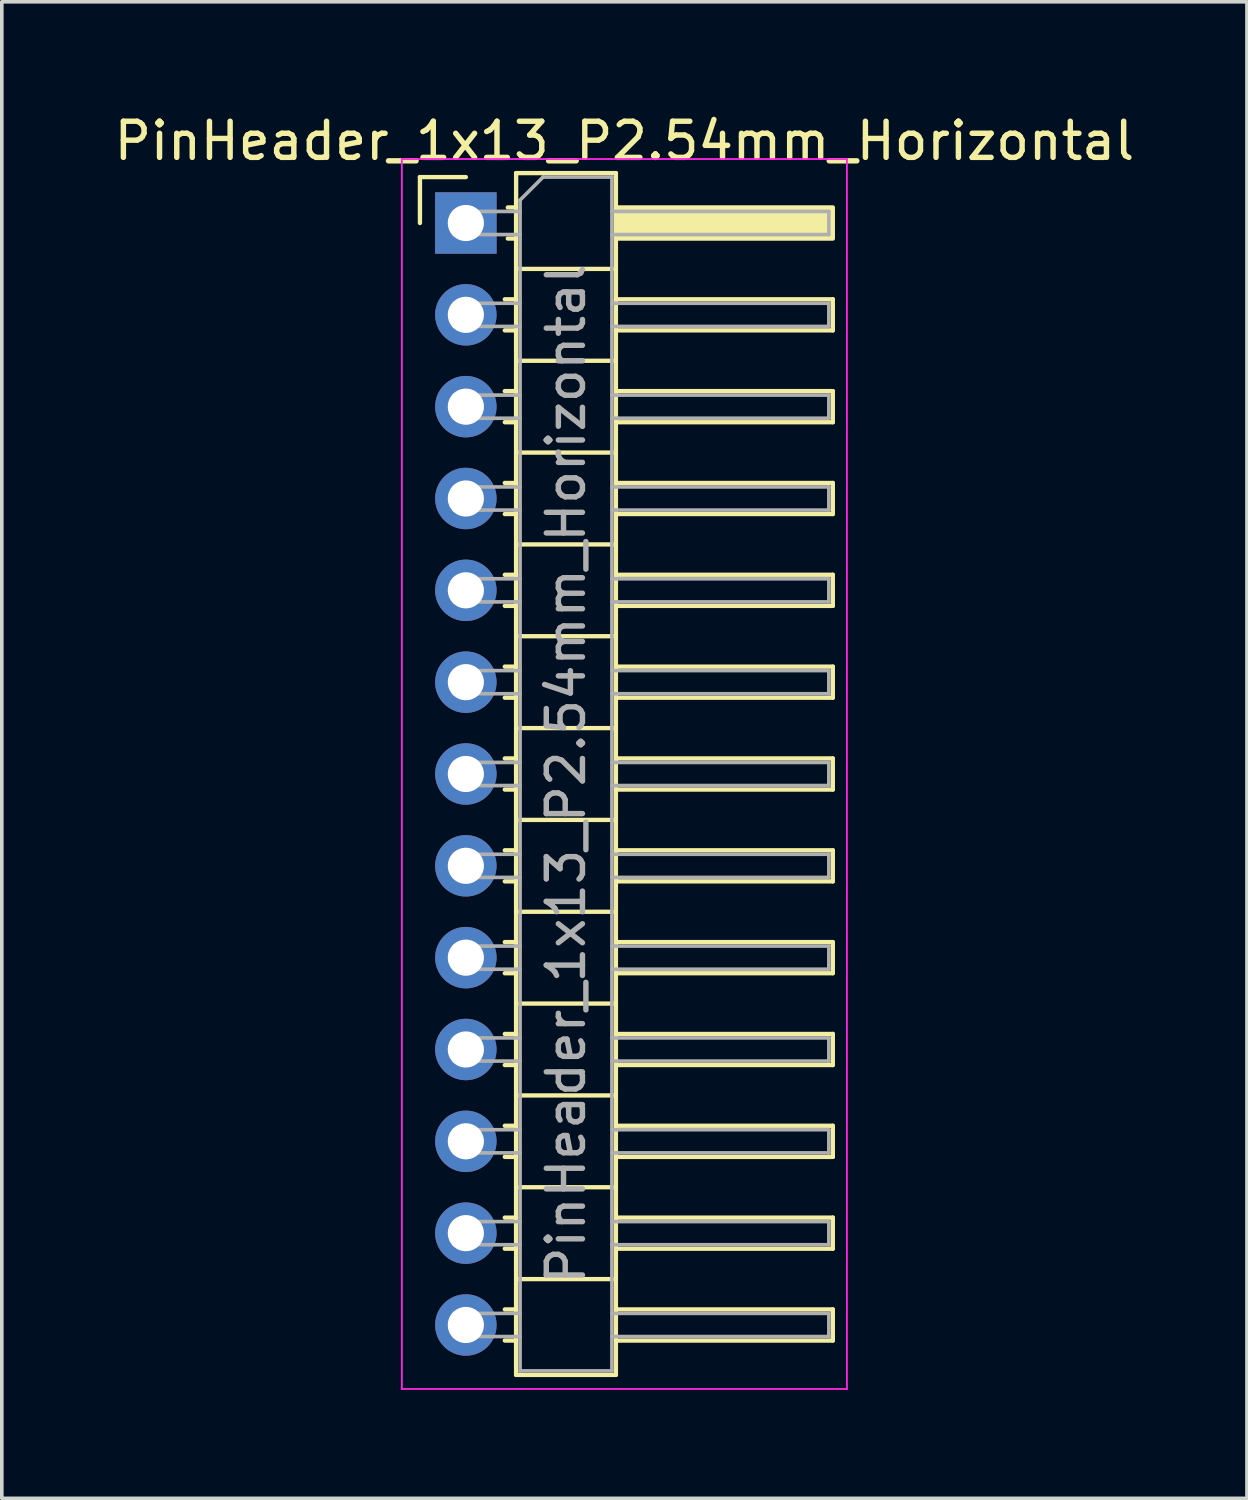
<source format=kicad_pcb>
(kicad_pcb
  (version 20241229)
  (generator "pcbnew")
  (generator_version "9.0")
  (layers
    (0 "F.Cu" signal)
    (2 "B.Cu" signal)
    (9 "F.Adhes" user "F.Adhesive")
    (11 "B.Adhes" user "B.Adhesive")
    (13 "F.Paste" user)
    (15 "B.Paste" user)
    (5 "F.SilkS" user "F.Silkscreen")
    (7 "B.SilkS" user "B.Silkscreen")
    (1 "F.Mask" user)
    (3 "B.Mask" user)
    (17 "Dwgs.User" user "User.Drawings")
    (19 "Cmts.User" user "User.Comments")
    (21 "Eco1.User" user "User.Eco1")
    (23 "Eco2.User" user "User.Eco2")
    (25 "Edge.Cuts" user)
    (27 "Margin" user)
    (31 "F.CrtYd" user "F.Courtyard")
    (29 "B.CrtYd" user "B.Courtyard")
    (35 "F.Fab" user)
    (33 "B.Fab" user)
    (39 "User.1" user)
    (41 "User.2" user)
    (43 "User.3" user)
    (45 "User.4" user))
  (footprint "PinHeader_1x13_P2.54mm_Horizontal"
    (layer "F.Cu")
    (at 9.835 3.118)
    (property "Reference" "PinHeader_1x13_P2.54mm_Horizontal" (at 4.385 -2.27 0) (layer "F.SilkS") (effects (font (size 1 1) (thickness 0.15))))
    (attr through_hole)
    (fp_line (start -1.27 -1.27) (end 0 -1.27) (stroke (width 0.12) (type solid)) (layer "F.SilkS"))
    (fp_line (start -1.27 0) (end -1.27 -1.27) (stroke (width 0.12) (type solid)) (layer "F.SilkS"))
    (fp_line (start 1.077 2.11) (end 1.39 2.11) (stroke (width 0.12) (type solid)) (layer "F.SilkS"))
    (fp_line (start 1.077 2.97) (end 1.39 2.97) (stroke (width 0.12) (type solid)) (layer "F.SilkS"))
    (fp_line (start 1.077 4.65) (end 1.39 4.65) (stroke (width 0.12) (type solid)) (layer "F.SilkS"))
    (fp_line (start 1.077 5.51) (end 1.39 5.51) (stroke (width 0.12) (type solid)) (layer "F.SilkS"))
    (fp_line (start 1.077 7.19) (end 1.39 7.19) (stroke (width 0.12) (type solid)) (layer "F.SilkS"))
    (fp_line (start 1.077 8.05) (end 1.39 8.05) (stroke (width 0.12) (type solid)) (layer "F.SilkS"))
    (fp_line (start 1.077 9.73) (end 1.39 9.73) (stroke (width 0.12) (type solid)) (layer "F.SilkS"))
    (fp_line (start 1.077 10.59) (end 1.39 10.59) (stroke (width 0.12) (type solid)) (layer "F.SilkS"))
    (fp_line (start 1.077 12.27) (end 1.39 12.27) (stroke (width 0.12) (type solid)) (layer "F.SilkS"))
    (fp_line (start 1.077 13.13) (end 1.39 13.13) (stroke (width 0.12) (type solid)) (layer "F.SilkS"))
    (fp_line (start 1.077 14.81) (end 1.39 14.81) (stroke (width 0.12) (type solid)) (layer "F.SilkS"))
    (fp_line (start 1.077 15.67) (end 1.39 15.67) (stroke (width 0.12) (type solid)) (layer "F.SilkS"))
    (fp_line (start 1.077 17.35) (end 1.39 17.35) (stroke (width 0.12) (type solid)) (layer "F.SilkS"))
    (fp_line (start 1.077 18.21) (end 1.39 18.21) (stroke (width 0.12) (type solid)) (layer "F.SilkS"))
    (fp_line (start 1.077 19.89) (end 1.39 19.89) (stroke (width 0.12) (type solid)) (layer "F.SilkS"))
    (fp_line (start 1.077 20.75) (end 1.39 20.75) (stroke (width 0.12) (type solid)) (layer "F.SilkS"))
    (fp_line (start 1.077 22.43) (end 1.39 22.43) (stroke (width 0.12) (type solid)) (layer "F.SilkS"))
    (fp_line (start 1.077 23.29) (end 1.39 23.29) (stroke (width 0.12) (type solid)) (layer "F.SilkS"))
    (fp_line (start 1.077 24.97) (end 1.39 24.97) (stroke (width 0.12) (type solid)) (layer "F.SilkS"))
    (fp_line (start 1.077 25.83) (end 1.39 25.83) (stroke (width 0.12) (type solid)) (layer "F.SilkS"))
    (fp_line (start 1.077 27.51) (end 1.39 27.51) (stroke (width 0.12) (type solid)) (layer "F.SilkS"))
    (fp_line (start 1.077 28.37) (end 1.39 28.37) (stroke (width 0.12) (type solid)) (layer "F.SilkS"))
    (fp_line (start 1.077 30.05) (end 1.39 30.05) (stroke (width 0.12) (type solid)) (layer "F.SilkS"))
    (fp_line (start 1.077 30.91) (end 1.39 30.91) (stroke (width 0.12) (type solid)) (layer "F.SilkS"))
    (fp_line (start 1.16 -0.43) (end 1.39 -0.43) (stroke (width 0.12) (type solid)) (layer "F.SilkS"))
    (fp_line (start 1.16 0.43) (end 1.39 0.43) (stroke (width 0.12) (type solid)) (layer "F.SilkS"))
    (fp_line (start 1.39 -1.38) (end 1.39 31.86) (stroke (width 0.12) (type solid)) (layer "F.SilkS"))
    (fp_line (start 1.39 1.27) (end 4.15 1.27) (stroke (width 0.12) (type solid)) (layer "F.SilkS"))
    (fp_line (start 1.39 3.81) (end 4.15 3.81) (stroke (width 0.12) (type solid)) (layer "F.SilkS"))
    (fp_line (start 1.39 6.35) (end 4.15 6.35) (stroke (width 0.12) (type solid)) (layer "F.SilkS"))
    (fp_line (start 1.39 8.89) (end 4.15 8.89) (stroke (width 0.12) (type solid)) (layer "F.SilkS"))
    (fp_line (start 1.39 11.43) (end 4.15 11.43) (stroke (width 0.12) (type solid)) (layer "F.SilkS"))
    (fp_line (start 1.39 13.97) (end 4.15 13.97) (stroke (width 0.12) (type solid)) (layer "F.SilkS"))
    (fp_line (start 1.39 16.51) (end 4.15 16.51) (stroke (width 0.12) (type solid)) (layer "F.SilkS"))
    (fp_line (start 1.39 19.05) (end 4.15 19.05) (stroke (width 0.12) (type solid)) (layer "F.SilkS"))
    (fp_line (start 1.39 21.59) (end 4.15 21.59) (stroke (width 0.12) (type solid)) (layer "F.SilkS"))
    (fp_line (start 1.39 24.13) (end 4.15 24.13) (stroke (width 0.12) (type solid)) (layer "F.SilkS"))
    (fp_line (start 1.39 26.67) (end 4.15 26.67) (stroke (width 0.12) (type solid)) (layer "F.SilkS"))
    (fp_line (start 1.39 29.21) (end 4.15 29.21) (stroke (width 0.12) (type solid)) (layer "F.SilkS"))
    (fp_line (start 1.39 31.86) (end 4.15 31.86) (stroke (width 0.12) (type solid)) (layer "F.SilkS"))
    (fp_line (start 4.15 -1.38) (end 1.39 -1.38) (stroke (width 0.12) (type solid)) (layer "F.SilkS"))
    (fp_line (start 4.15 2.11) (end 10.15 2.11) (stroke (width 0.12) (type solid)) (layer "F.SilkS"))
    (fp_line (start 4.15 4.65) (end 10.15 4.65) (stroke (width 0.12) (type solid)) (layer "F.SilkS"))
    (fp_line (start 4.15 7.19) (end 10.15 7.19) (stroke (width 0.12) (type solid)) (layer "F.SilkS"))
    (fp_line (start 4.15 9.73) (end 10.15 9.73) (stroke (width 0.12) (type solid)) (layer "F.SilkS"))
    (fp_line (start 4.15 12.27) (end 10.15 12.27) (stroke (width 0.12) (type solid)) (layer "F.SilkS"))
    (fp_line (start 4.15 14.81) (end 10.15 14.81) (stroke (width 0.12) (type solid)) (layer "F.SilkS"))
    (fp_line (start 4.15 17.35) (end 10.15 17.35) (stroke (width 0.12) (type solid)) (layer "F.SilkS"))
    (fp_line (start 4.15 19.89) (end 10.15 19.89) (stroke (width 0.12) (type solid)) (layer "F.SilkS"))
    (fp_line (start 4.15 22.43) (end 10.15 22.43) (stroke (width 0.12) (type solid)) (layer "F.SilkS"))
    (fp_line (start 4.15 24.97) (end 10.15 24.97) (stroke (width 0.12) (type solid)) (layer "F.SilkS"))
    (fp_line (start 4.15 27.51) (end 10.15 27.51) (stroke (width 0.12) (type solid)) (layer "F.SilkS"))
    (fp_line (start 4.15 30.05) (end 10.15 30.05) (stroke (width 0.12) (type solid)) (layer "F.SilkS"))
    (fp_line (start 4.15 31.86) (end 4.15 -1.38) (stroke (width 0.12) (type solid)) (layer "F.SilkS"))
    (fp_line (start 10.15 2.11) (end 10.15 2.97) (stroke (width 0.12) (type solid)) (layer "F.SilkS"))
    (fp_line (start 10.15 2.97) (end 4.15 2.97) (stroke (width 0.12) (type solid)) (layer "F.SilkS"))
    (fp_line (start 10.15 4.65) (end 10.15 5.51) (stroke (width 0.12) (type solid)) (layer "F.SilkS"))
    (fp_line (start 10.15 5.51) (end 4.15 5.51) (stroke (width 0.12) (type solid)) (layer "F.SilkS"))
    (fp_line (start 10.15 7.19) (end 10.15 8.05) (stroke (width 0.12) (type solid)) (layer "F.SilkS"))
    (fp_line (start 10.15 8.05) (end 4.15 8.05) (stroke (width 0.12) (type solid)) (layer "F.SilkS"))
    (fp_line (start 10.15 9.73) (end 10.15 10.59) (stroke (width 0.12) (type solid)) (layer "F.SilkS"))
    (fp_line (start 10.15 10.59) (end 4.15 10.59) (stroke (width 0.12) (type solid)) (layer "F.SilkS"))
    (fp_line (start 10.15 12.27) (end 10.15 13.13) (stroke (width 0.12) (type solid)) (layer "F.SilkS"))
    (fp_line (start 10.15 13.13) (end 4.15 13.13) (stroke (width 0.12) (type solid)) (layer "F.SilkS"))
    (fp_line (start 10.15 14.81) (end 10.15 15.67) (stroke (width 0.12) (type solid)) (layer "F.SilkS"))
    (fp_line (start 10.15 15.67) (end 4.15 15.67) (stroke (width 0.12) (type solid)) (layer "F.SilkS"))
    (fp_line (start 10.15 17.35) (end 10.15 18.21) (stroke (width 0.12) (type solid)) (layer "F.SilkS"))
    (fp_line (start 10.15 18.21) (end 4.15 18.21) (stroke (width 0.12) (type solid)) (layer "F.SilkS"))
    (fp_line (start 10.15 19.89) (end 10.15 20.75) (stroke (width 0.12) (type solid)) (layer "F.SilkS"))
    (fp_line (start 10.15 20.75) (end 4.15 20.75) (stroke (width 0.12) (type solid)) (layer "F.SilkS"))
    (fp_line (start 10.15 22.43) (end 10.15 23.29) (stroke (width 0.12) (type solid)) (layer "F.SilkS"))
    (fp_line (start 10.15 23.29) (end 4.15 23.29) (stroke (width 0.12) (type solid)) (layer "F.SilkS"))
    (fp_line (start 10.15 24.97) (end 10.15 25.83) (stroke (width 0.12) (type solid)) (layer "F.SilkS"))
    (fp_line (start 10.15 25.83) (end 4.15 25.83) (stroke (width 0.12) (type solid)) (layer "F.SilkS"))
    (fp_line (start 10.15 27.51) (end 10.15 28.37) (stroke (width 0.12) (type solid)) (layer "F.SilkS"))
    (fp_line (start 10.15 28.37) (end 4.15 28.37) (stroke (width 0.12) (type solid)) (layer "F.SilkS"))
    (fp_line (start 10.15 30.05) (end 10.15 30.91) (stroke (width 0.12) (type solid)) (layer "F.SilkS"))
    (fp_line (start 10.15 30.91) (end 4.15 30.91) (stroke (width 0.12) (type solid)) (layer "F.SilkS"))
    (fp_rect (start 4.15 -0.43) (end 10.15 0.43) (stroke (width 0.12) (type solid)) (fill yes) (layer "F.SilkS"))
    (fp_line (start -1.77 -1.77) (end -1.77 32.25) (stroke (width 0.05) (type solid)) (layer "F.CrtYd"))
    (fp_line (start -1.77 32.25) (end 10.54 32.25) (stroke (width 0.05) (type solid)) (layer "F.CrtYd"))
    (fp_line (start 10.54 -1.77) (end -1.77 -1.77) (stroke (width 0.05) (type solid)) (layer "F.CrtYd"))
    (fp_line (start 10.54 32.25) (end 10.54 -1.77) (stroke (width 0.05) (type solid)) (layer "F.CrtYd"))
    (fp_line (start -0.32 -0.32) (end -0.32 0.32) (stroke (width 0.1) (type solid)) (layer "F.Fab"))
    (fp_line (start -0.32 -0.32) (end 1.5 -0.32) (stroke (width 0.1) (type solid)) (layer "F.Fab"))
    (fp_line (start -0.32 0.32) (end 1.5 0.32) (stroke (width 0.1) (type solid)) (layer "F.Fab"))
    (fp_line (start -0.32 2.22) (end -0.32 2.86) (stroke (width 0.1) (type solid)) (layer "F.Fab"))
    (fp_line (start -0.32 2.22) (end 1.5 2.22) (stroke (width 0.1) (type solid)) (layer "F.Fab"))
    (fp_line (start -0.32 2.86) (end 1.5 2.86) (stroke (width 0.1) (type solid)) (layer "F.Fab"))
    (fp_line (start -0.32 4.76) (end -0.32 5.4) (stroke (width 0.1) (type solid)) (layer "F.Fab"))
    (fp_line (start -0.32 4.76) (end 1.5 4.76) (stroke (width 0.1) (type solid)) (layer "F.Fab"))
    (fp_line (start -0.32 5.4) (end 1.5 5.4) (stroke (width 0.1) (type solid)) (layer "F.Fab"))
    (fp_line (start -0.32 7.3) (end -0.32 7.94) (stroke (width 0.1) (type solid)) (layer "F.Fab"))
    (fp_line (start -0.32 7.3) (end 1.5 7.3) (stroke (width 0.1) (type solid)) (layer "F.Fab"))
    (fp_line (start -0.32 7.94) (end 1.5 7.94) (stroke (width 0.1) (type solid)) (layer "F.Fab"))
    (fp_line (start -0.32 9.84) (end -0.32 10.48) (stroke (width 0.1) (type solid)) (layer "F.Fab"))
    (fp_line (start -0.32 9.84) (end 1.5 9.84) (stroke (width 0.1) (type solid)) (layer "F.Fab"))
    (fp_line (start -0.32 10.48) (end 1.5 10.48) (stroke (width 0.1) (type solid)) (layer "F.Fab"))
    (fp_line (start -0.32 12.38) (end -0.32 13.02) (stroke (width 0.1) (type solid)) (layer "F.Fab"))
    (fp_line (start -0.32 12.38) (end 1.5 12.38) (stroke (width 0.1) (type solid)) (layer "F.Fab"))
    (fp_line (start -0.32 13.02) (end 1.5 13.02) (stroke (width 0.1) (type solid)) (layer "F.Fab"))
    (fp_line (start -0.32 14.92) (end -0.32 15.56) (stroke (width 0.1) (type solid)) (layer "F.Fab"))
    (fp_line (start -0.32 14.92) (end 1.5 14.92) (stroke (width 0.1) (type solid)) (layer "F.Fab"))
    (fp_line (start -0.32 15.56) (end 1.5 15.56) (stroke (width 0.1) (type solid)) (layer "F.Fab"))
    (fp_line (start -0.32 17.46) (end -0.32 18.1) (stroke (width 0.1) (type solid)) (layer "F.Fab"))
    (fp_line (start -0.32 17.46) (end 1.5 17.46) (stroke (width 0.1) (type solid)) (layer "F.Fab"))
    (fp_line (start -0.32 18.1) (end 1.5 18.1) (stroke (width 0.1) (type solid)) (layer "F.Fab"))
    (fp_line (start -0.32 20) (end -0.32 20.64) (stroke (width 0.1) (type solid)) (layer "F.Fab"))
    (fp_line (start -0.32 20) (end 1.5 20) (stroke (width 0.1) (type solid)) (layer "F.Fab"))
    (fp_line (start -0.32 20.64) (end 1.5 20.64) (stroke (width 0.1) (type solid)) (layer "F.Fab"))
    (fp_line (start -0.32 22.54) (end -0.32 23.18) (stroke (width 0.1) (type solid)) (layer "F.Fab"))
    (fp_line (start -0.32 22.54) (end 1.5 22.54) (stroke (width 0.1) (type solid)) (layer "F.Fab"))
    (fp_line (start -0.32 23.18) (end 1.5 23.18) (stroke (width 0.1) (type solid)) (layer "F.Fab"))
    (fp_line (start -0.32 25.08) (end -0.32 25.72) (stroke (width 0.1) (type solid)) (layer "F.Fab"))
    (fp_line (start -0.32 25.08) (end 1.5 25.08) (stroke (width 0.1) (type solid)) (layer "F.Fab"))
    (fp_line (start -0.32 25.72) (end 1.5 25.72) (stroke (width 0.1) (type solid)) (layer "F.Fab"))
    (fp_line (start -0.32 27.62) (end -0.32 28.26) (stroke (width 0.1) (type solid)) (layer "F.Fab"))
    (fp_line (start -0.32 27.62) (end 1.5 27.62) (stroke (width 0.1) (type solid)) (layer "F.Fab"))
    (fp_line (start -0.32 28.26) (end 1.5 28.26) (stroke (width 0.1) (type solid)) (layer "F.Fab"))
    (fp_line (start -0.32 30.16) (end -0.32 30.8) (stroke (width 0.1) (type solid)) (layer "F.Fab"))
    (fp_line (start -0.32 30.16) (end 1.5 30.16) (stroke (width 0.1) (type solid)) (layer "F.Fab"))
    (fp_line (start -0.32 30.8) (end 1.5 30.8) (stroke (width 0.1) (type solid)) (layer "F.Fab"))
    (fp_line (start 1.5 -0.635) (end 2.135 -1.27) (stroke (width 0.1) (type solid)) (layer "F.Fab"))
    (fp_line (start 1.5 31.75) (end 1.5 -0.635) (stroke (width 0.1) (type solid)) (layer "F.Fab"))
    (fp_line (start 2.135 -1.27) (end 4.04 -1.27) (stroke (width 0.1) (type solid)) (layer "F.Fab"))
    (fp_line (start 4.04 -1.27) (end 4.04 31.75) (stroke (width 0.1) (type solid)) (layer "F.Fab"))
    (fp_line (start 4.04 -0.32) (end 10.04 -0.32) (stroke (width 0.1) (type solid)) (layer "F.Fab"))
    (fp_line (start 4.04 0.32) (end 10.04 0.32) (stroke (width 0.1) (type solid)) (layer "F.Fab"))
    (fp_line (start 4.04 2.22) (end 10.04 2.22) (stroke (width 0.1) (type solid)) (layer "F.Fab"))
    (fp_line (start 4.04 2.86) (end 10.04 2.86) (stroke (width 0.1) (type solid)) (layer "F.Fab"))
    (fp_line (start 4.04 4.76) (end 10.04 4.76) (stroke (width 0.1) (type solid)) (layer "F.Fab"))
    (fp_line (start 4.04 5.4) (end 10.04 5.4) (stroke (width 0.1) (type solid)) (layer "F.Fab"))
    (fp_line (start 4.04 7.3) (end 10.04 7.3) (stroke (width 0.1) (type solid)) (layer "F.Fab"))
    (fp_line (start 4.04 7.94) (end 10.04 7.94) (stroke (width 0.1) (type solid)) (layer "F.Fab"))
    (fp_line (start 4.04 9.84) (end 10.04 9.84) (stroke (width 0.1) (type solid)) (layer "F.Fab"))
    (fp_line (start 4.04 10.48) (end 10.04 10.48) (stroke (width 0.1) (type solid)) (layer "F.Fab"))
    (fp_line (start 4.04 12.38) (end 10.04 12.38) (stroke (width 0.1) (type solid)) (layer "F.Fab"))
    (fp_line (start 4.04 13.02) (end 10.04 13.02) (stroke (width 0.1) (type solid)) (layer "F.Fab"))
    (fp_line (start 4.04 14.92) (end 10.04 14.92) (stroke (width 0.1) (type solid)) (layer "F.Fab"))
    (fp_line (start 4.04 15.56) (end 10.04 15.56) (stroke (width 0.1) (type solid)) (layer "F.Fab"))
    (fp_line (start 4.04 17.46) (end 10.04 17.46) (stroke (width 0.1) (type solid)) (layer "F.Fab"))
    (fp_line (start 4.04 18.1) (end 10.04 18.1) (stroke (width 0.1) (type solid)) (layer "F.Fab"))
    (fp_line (start 4.04 20) (end 10.04 20) (stroke (width 0.1) (type solid)) (layer "F.Fab"))
    (fp_line (start 4.04 20.64) (end 10.04 20.64) (stroke (width 0.1) (type solid)) (layer "F.Fab"))
    (fp_line (start 4.04 22.54) (end 10.04 22.54) (stroke (width 0.1) (type solid)) (layer "F.Fab"))
    (fp_line (start 4.04 23.18) (end 10.04 23.18) (stroke (width 0.1) (type solid)) (layer "F.Fab"))
    (fp_line (start 4.04 25.08) (end 10.04 25.08) (stroke (width 0.1) (type solid)) (layer "F.Fab"))
    (fp_line (start 4.04 25.72) (end 10.04 25.72) (stroke (width 0.1) (type solid)) (layer "F.Fab"))
    (fp_line (start 4.04 27.62) (end 10.04 27.62) (stroke (width 0.1) (type solid)) (layer "F.Fab"))
    (fp_line (start 4.04 28.26) (end 10.04 28.26) (stroke (width 0.1) (type solid)) (layer "F.Fab"))
    (fp_line (start 4.04 30.16) (end 10.04 30.16) (stroke (width 0.1) (type solid)) (layer "F.Fab"))
    (fp_line (start 4.04 30.8) (end 10.04 30.8) (stroke (width 0.1) (type solid)) (layer "F.Fab"))
    (fp_line (start 4.04 31.75) (end 1.5 31.75) (stroke (width 0.1) (type solid)) (layer "F.Fab"))
    (fp_line (start 10.04 -0.32) (end 10.04 0.32) (stroke (width 0.1) (type solid)) (layer "F.Fab"))
    (fp_line (start 10.04 2.22) (end 10.04 2.86) (stroke (width 0.1) (type solid)) (layer "F.Fab"))
    (fp_line (start 10.04 4.76) (end 10.04 5.4) (stroke (width 0.1) (type solid)) (layer "F.Fab"))
    (fp_line (start 10.04 7.3) (end 10.04 7.94) (stroke (width 0.1) (type solid)) (layer "F.Fab"))
    (fp_line (start 10.04 9.84) (end 10.04 10.48) (stroke (width 0.1) (type solid)) (layer "F.Fab"))
    (fp_line (start 10.04 12.38) (end 10.04 13.02) (stroke (width 0.1) (type solid)) (layer "F.Fab"))
    (fp_line (start 10.04 14.92) (end 10.04 15.56) (stroke (width 0.1) (type solid)) (layer "F.Fab"))
    (fp_line (start 10.04 17.46) (end 10.04 18.1) (stroke (width 0.1) (type solid)) (layer "F.Fab"))
    (fp_line (start 10.04 20) (end 10.04 20.64) (stroke (width 0.1) (type solid)) (layer "F.Fab"))
    (fp_line (start 10.04 22.54) (end 10.04 23.18) (stroke (width 0.1) (type solid)) (layer "F.Fab"))
    (fp_line (start 10.04 25.08) (end 10.04 25.72) (stroke (width 0.1) (type solid)) (layer "F.Fab"))
    (fp_line (start 10.04 27.62) (end 10.04 28.26) (stroke (width 0.1) (type solid)) (layer "F.Fab"))
    (fp_line (start 10.04 30.16) (end 10.04 30.8) (stroke (width 0.1) (type solid)) (layer "F.Fab"))
    (fp_text user "${REFERENCE}" (at 2.77 15.24 90) (layer "F.Fab") (effects (font (size 1 1) (thickness 0.15))))
    (pad "1" thru_hole rect (at 0 0) (size 1.7 1.7) (drill 1) (layers "*.Cu" "*.Mask"))
    (pad "2" thru_hole circle (at 0 2.54) (size 1.7 1.7) (drill 1) (layers "*.Cu" "*.Mask"))
    (pad "3" thru_hole circle (at 0 5.08) (size 1.7 1.7) (drill 1) (layers "*.Cu" "*.Mask"))
    (pad "4" thru_hole circle (at 0 7.62) (size 1.7 1.7) (drill 1) (layers "*.Cu" "*.Mask"))
    (pad "5" thru_hole circle (at 0 10.16) (size 1.7 1.7) (drill 1) (layers "*.Cu" "*.Mask"))
    (pad "6" thru_hole circle (at 0 12.7) (size 1.7 1.7) (drill 1) (layers "*.Cu" "*.Mask"))
    (pad "7" thru_hole circle (at 0 15.24) (size 1.7 1.7) (drill 1) (layers "*.Cu" "*.Mask"))
    (pad "8" thru_hole circle (at 0 17.78) (size 1.7 1.7) (drill 1) (layers "*.Cu" "*.Mask"))
    (pad "9" thru_hole circle (at 0 20.32) (size 1.7 1.7) (drill 1) (layers "*.Cu" "*.Mask"))
    (pad "10" thru_hole circle (at 0 22.86) (size 1.7 1.7) (drill 1) (layers "*.Cu" "*.Mask"))
    (pad "11" thru_hole circle (at 0 25.4) (size 1.7 1.7) (drill 1) (layers "*.Cu" "*.Mask"))
    (pad "12" thru_hole circle (at 0 27.94) (size 1.7 1.7) (drill 1) (layers "*.Cu" "*.Mask"))
    (pad "13" thru_hole circle (at 0 30.48) (size 1.7 1.7) (drill 1) (layers "*.Cu" "*.Mask")))
  (gr_rect
    (start -3 -3)
    (end 31.44 38.393)
    (stroke (width 0.1) (type default))
    (fill no)
    (layer "Edge.Cuts")))
</source>
